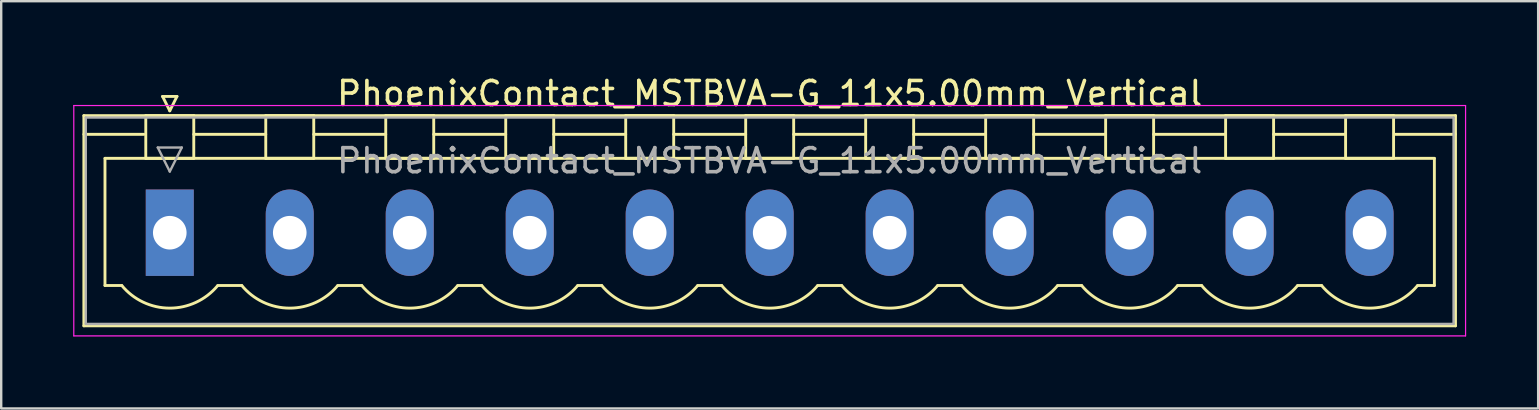
<source format=kicad_pcb>
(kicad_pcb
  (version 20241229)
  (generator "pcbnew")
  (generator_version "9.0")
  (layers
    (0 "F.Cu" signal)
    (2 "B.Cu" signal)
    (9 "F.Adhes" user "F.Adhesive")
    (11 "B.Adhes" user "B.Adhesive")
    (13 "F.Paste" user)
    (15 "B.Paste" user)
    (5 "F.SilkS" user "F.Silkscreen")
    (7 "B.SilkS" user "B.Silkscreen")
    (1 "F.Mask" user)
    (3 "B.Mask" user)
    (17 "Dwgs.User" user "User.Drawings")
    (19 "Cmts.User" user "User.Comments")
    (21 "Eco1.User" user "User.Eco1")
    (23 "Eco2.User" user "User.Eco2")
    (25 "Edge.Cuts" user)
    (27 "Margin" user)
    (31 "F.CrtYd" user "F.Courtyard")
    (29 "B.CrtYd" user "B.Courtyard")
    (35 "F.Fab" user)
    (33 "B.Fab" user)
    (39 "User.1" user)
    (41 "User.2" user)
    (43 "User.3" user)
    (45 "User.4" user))
  (footprint "PhoenixContact_MSTBVA-G_11x5.00mm_Vertical"
    (layer "F.Cu")
    (at 4.025 6.648)
    (property "Reference" "PhoenixContact_MSTBVA-G_11x5.00mm_Vertical" (at 25 -5.8 0) (layer "F.SilkS") (effects (font (size 1 1) (thickness 0.15))))
    (attr through_hole)
    (fp_line (start -3.58 -4.88) (end -3.58 3.88) (stroke (width 0.12) (type solid)) (layer "F.SilkS"))
    (fp_line (start -3.58 -4.1) (end -1.08 -4.1) (stroke (width 0.12) (type solid)) (layer "F.SilkS"))
    (fp_line (start -3.58 3.88) (end 53.58 3.88) (stroke (width 0.12) (type solid)) (layer "F.SilkS"))
    (fp_line (start -2.7 -3.1) (end 52.7 -3.1) (stroke (width 0.12) (type solid)) (layer "F.SilkS"))
    (fp_line (start -2.7 2.2) (end -2.7 -3.1) (stroke (width 0.12) (type solid)) (layer "F.SilkS"))
    (fp_line (start -2 2.2) (end -2.7 2.2) (stroke (width 0.12) (type solid)) (layer "F.SilkS"))
    (fp_line (start -1 -4.88) (end 1 -4.88) (stroke (width 0.12) (type solid)) (layer "F.SilkS"))
    (fp_line (start -1 -3.1) (end -1 -4.88) (stroke (width 0.12) (type solid)) (layer "F.SilkS"))
    (fp_line (start -0.3 -5.68) (end 0.3 -5.68) (stroke (width 0.12) (type solid)) (layer "F.SilkS"))
    (fp_line (start 0 -5.08) (end -0.3 -5.68) (stroke (width 0.12) (type solid)) (layer "F.SilkS"))
    (fp_line (start 0.3 -5.68) (end 0 -5.08) (stroke (width 0.12) (type solid)) (layer "F.SilkS"))
    (fp_line (start 1 -4.88) (end 1 -3.1) (stroke (width 0.12) (type solid)) (layer "F.SilkS"))
    (fp_line (start 1 -4.1) (end 4 -4.1) (stroke (width 0.12) (type solid)) (layer "F.SilkS"))
    (fp_line (start 1 -3.1) (end -1 -3.1) (stroke (width 0.12) (type solid)) (layer "F.SilkS"))
    (fp_line (start 2 2.2) (end 3 2.2) (stroke (width 0.12) (type solid)) (layer "F.SilkS"))
    (fp_line (start 4 -4.88) (end 6 -4.88) (stroke (width 0.12) (type solid)) (layer "F.SilkS"))
    (fp_line (start 4 -3.1) (end 4 -4.88) (stroke (width 0.12) (type solid)) (layer "F.SilkS"))
    (fp_line (start 6 -4.88) (end 6 -3.1) (stroke (width 0.12) (type solid)) (layer "F.SilkS"))
    (fp_line (start 6 -4.1) (end 9 -4.1) (stroke (width 0.12) (type solid)) (layer "F.SilkS"))
    (fp_line (start 6 -3.1) (end 4 -3.1) (stroke (width 0.12) (type solid)) (layer "F.SilkS"))
    (fp_line (start 7 2.2) (end 8 2.2) (stroke (width 0.12) (type solid)) (layer "F.SilkS"))
    (fp_line (start 9 -4.88) (end 11 -4.88) (stroke (width 0.12) (type solid)) (layer "F.SilkS"))
    (fp_line (start 9 -3.1) (end 9 -4.88) (stroke (width 0.12) (type solid)) (layer "F.SilkS"))
    (fp_line (start 11 -4.88) (end 11 -3.1) (stroke (width 0.12) (type solid)) (layer "F.SilkS"))
    (fp_line (start 11 -4.1) (end 14 -4.1) (stroke (width 0.12) (type solid)) (layer "F.SilkS"))
    (fp_line (start 11 -3.1) (end 9 -3.1) (stroke (width 0.12) (type solid)) (layer "F.SilkS"))
    (fp_line (start 12 2.2) (end 13 2.2) (stroke (width 0.12) (type solid)) (layer "F.SilkS"))
    (fp_line (start 14 -4.88) (end 16 -4.88) (stroke (width 0.12) (type solid)) (layer "F.SilkS"))
    (fp_line (start 14 -3.1) (end 14 -4.88) (stroke (width 0.12) (type solid)) (layer "F.SilkS"))
    (fp_line (start 16 -4.88) (end 16 -3.1) (stroke (width 0.12) (type solid)) (layer "F.SilkS"))
    (fp_line (start 16 -4.1) (end 19 -4.1) (stroke (width 0.12) (type solid)) (layer "F.SilkS"))
    (fp_line (start 16 -3.1) (end 14 -3.1) (stroke (width 0.12) (type solid)) (layer "F.SilkS"))
    (fp_line (start 17 2.2) (end 18 2.2) (stroke (width 0.12) (type solid)) (layer "F.SilkS"))
    (fp_line (start 19 -4.88) (end 21 -4.88) (stroke (width 0.12) (type solid)) (layer "F.SilkS"))
    (fp_line (start 19 -3.1) (end 19 -4.88) (stroke (width 0.12) (type solid)) (layer "F.SilkS"))
    (fp_line (start 21 -4.88) (end 21 -3.1) (stroke (width 0.12) (type solid)) (layer "F.SilkS"))
    (fp_line (start 21 -4.1) (end 24 -4.1) (stroke (width 0.12) (type solid)) (layer "F.SilkS"))
    (fp_line (start 21 -3.1) (end 19 -3.1) (stroke (width 0.12) (type solid)) (layer "F.SilkS"))
    (fp_line (start 22 2.2) (end 23 2.2) (stroke (width 0.12) (type solid)) (layer "F.SilkS"))
    (fp_line (start 24 -4.88) (end 26 -4.88) (stroke (width 0.12) (type solid)) (layer "F.SilkS"))
    (fp_line (start 24 -3.1) (end 24 -4.88) (stroke (width 0.12) (type solid)) (layer "F.SilkS"))
    (fp_line (start 26 -4.88) (end 26 -3.1) (stroke (width 0.12) (type solid)) (layer "F.SilkS"))
    (fp_line (start 26 -4.1) (end 29 -4.1) (stroke (width 0.12) (type solid)) (layer "F.SilkS"))
    (fp_line (start 26 -3.1) (end 24 -3.1) (stroke (width 0.12) (type solid)) (layer "F.SilkS"))
    (fp_line (start 27 2.2) (end 28 2.2) (stroke (width 0.12) (type solid)) (layer "F.SilkS"))
    (fp_line (start 29 -4.88) (end 31 -4.88) (stroke (width 0.12) (type solid)) (layer "F.SilkS"))
    (fp_line (start 29 -3.1) (end 29 -4.88) (stroke (width 0.12) (type solid)) (layer "F.SilkS"))
    (fp_line (start 31 -4.88) (end 31 -3.1) (stroke (width 0.12) (type solid)) (layer "F.SilkS"))
    (fp_line (start 31 -4.1) (end 34 -4.1) (stroke (width 0.12) (type solid)) (layer "F.SilkS"))
    (fp_line (start 31 -3.1) (end 29 -3.1) (stroke (width 0.12) (type solid)) (layer "F.SilkS"))
    (fp_line (start 32 2.2) (end 33 2.2) (stroke (width 0.12) (type solid)) (layer "F.SilkS"))
    (fp_line (start 34 -4.88) (end 36 -4.88) (stroke (width 0.12) (type solid)) (layer "F.SilkS"))
    (fp_line (start 34 -3.1) (end 34 -4.88) (stroke (width 0.12) (type solid)) (layer "F.SilkS"))
    (fp_line (start 36 -4.88) (end 36 -3.1) (stroke (width 0.12) (type solid)) (layer "F.SilkS"))
    (fp_line (start 36 -4.1) (end 39 -4.1) (stroke (width 0.12) (type solid)) (layer "F.SilkS"))
    (fp_line (start 36 -3.1) (end 34 -3.1) (stroke (width 0.12) (type solid)) (layer "F.SilkS"))
    (fp_line (start 37 2.2) (end 38 2.2) (stroke (width 0.12) (type solid)) (layer "F.SilkS"))
    (fp_line (start 39 -4.88) (end 41 -4.88) (stroke (width 0.12) (type solid)) (layer "F.SilkS"))
    (fp_line (start 39 -3.1) (end 39 -4.88) (stroke (width 0.12) (type solid)) (layer "F.SilkS"))
    (fp_line (start 41 -4.88) (end 41 -3.1) (stroke (width 0.12) (type solid)) (layer "F.SilkS"))
    (fp_line (start 41 -4.1) (end 44 -4.1) (stroke (width 0.12) (type solid)) (layer "F.SilkS"))
    (fp_line (start 41 -3.1) (end 39 -3.1) (stroke (width 0.12) (type solid)) (layer "F.SilkS"))
    (fp_line (start 42 2.2) (end 43 2.2) (stroke (width 0.12) (type solid)) (layer "F.SilkS"))
    (fp_line (start 44 -4.88) (end 46 -4.88) (stroke (width 0.12) (type solid)) (layer "F.SilkS"))
    (fp_line (start 44 -3.1) (end 44 -4.88) (stroke (width 0.12) (type solid)) (layer "F.SilkS"))
    (fp_line (start 46 -4.88) (end 46 -3.1) (stroke (width 0.12) (type solid)) (layer "F.SilkS"))
    (fp_line (start 46 -4.1) (end 49 -4.1) (stroke (width 0.12) (type solid)) (layer "F.SilkS"))
    (fp_line (start 46 -3.1) (end 44 -3.1) (stroke (width 0.12) (type solid)) (layer "F.SilkS"))
    (fp_line (start 47 2.2) (end 48 2.2) (stroke (width 0.12) (type solid)) (layer "F.SilkS"))
    (fp_line (start 49 -4.88) (end 51 -4.88) (stroke (width 0.12) (type solid)) (layer "F.SilkS"))
    (fp_line (start 49 -3.1) (end 49 -4.88) (stroke (width 0.12) (type solid)) (layer "F.SilkS"))
    (fp_line (start 51 -4.88) (end 51 -3.1) (stroke (width 0.12) (type solid)) (layer "F.SilkS"))
    (fp_line (start 51 -3.1) (end 49 -3.1) (stroke (width 0.12) (type solid)) (layer "F.SilkS"))
    (fp_line (start 52.7 -3.1) (end 52.7 2.2) (stroke (width 0.12) (type solid)) (layer "F.SilkS"))
    (fp_line (start 52.7 2.2) (end 52 2.2) (stroke (width 0.12) (type solid)) (layer "F.SilkS"))
    (fp_line (start 53.58 -4.88) (end -3.58 -4.88) (stroke (width 0.12) (type solid)) (layer "F.SilkS"))
    (fp_line (start 53.58 -4.1) (end 51.08 -4.1) (stroke (width 0.12) (type solid)) (layer "F.SilkS"))
    (fp_line (start 53.58 3.88) (end 53.58 -4.88) (stroke (width 0.12) (type solid)) (layer "F.SilkS"))
    (fp_arc (start 1.986842 2.215821) (mid -0.010289 3.142758) (end -2 2.2) (stroke (width 0.12) (type solid)) (layer "F.SilkS"))
    (fp_arc (start 6.986842 2.215821) (mid 4.989711 3.142758) (end 3 2.2) (stroke (width 0.12) (type solid)) (layer "F.SilkS"))
    (fp_arc (start 11.986842 2.215821) (mid 9.989711 3.142758) (end 8 2.2) (stroke (width 0.12) (type solid)) (layer "F.SilkS"))
    (fp_arc (start 16.986842 2.215821) (mid 14.989711 3.142758) (end 13 2.2) (stroke (width 0.12) (type solid)) (layer "F.SilkS"))
    (fp_arc (start 21.986842 2.215821) (mid 19.989711 3.142758) (end 18 2.2) (stroke (width 0.12) (type solid)) (layer "F.SilkS"))
    (fp_arc (start 26.986842 2.215821) (mid 24.989711 3.142758) (end 23 2.2) (stroke (width 0.12) (type solid)) (layer "F.SilkS"))
    (fp_arc (start 31.986842 2.215821) (mid 29.989711 3.142758) (end 28 2.2) (stroke (width 0.12) (type solid)) (layer "F.SilkS"))
    (fp_arc (start 36.986842 2.215821) (mid 34.989711 3.142758) (end 33 2.2) (stroke (width 0.12) (type solid)) (layer "F.SilkS"))
    (fp_arc (start 41.986842 2.215821) (mid 39.989711 3.142758) (end 38 2.2) (stroke (width 0.12) (type solid)) (layer "F.SilkS"))
    (fp_arc (start 46.986842 2.215821) (mid 44.989711 3.142758) (end 43 2.2) (stroke (width 0.12) (type solid)) (layer "F.SilkS"))
    (fp_arc (start 51.986842 2.215821) (mid 49.989711 3.142758) (end 48 2.2) (stroke (width 0.12) (type solid)) (layer "F.SilkS"))
    (fp_line (start -4 -5.3) (end -4 4.3) (stroke (width 0.05) (type solid)) (layer "F.CrtYd"))
    (fp_line (start -4 4.3) (end 54 4.3) (stroke (width 0.05) (type solid)) (layer "F.CrtYd"))
    (fp_line (start 54 -5.3) (end -4 -5.3) (stroke (width 0.05) (type solid)) (layer "F.CrtYd"))
    (fp_line (start 54 4.3) (end 54 -5.3) (stroke (width 0.05) (type solid)) (layer "F.CrtYd"))
    (fp_line (start -3.5 -4.8) (end -3.5 3.8) (stroke (width 0.1) (type solid)) (layer "F.Fab"))
    (fp_line (start -3.5 3.8) (end 53.5 3.8) (stroke (width 0.1) (type solid)) (layer "F.Fab"))
    (fp_line (start -0.5 -3.55) (end 0.5 -3.55) (stroke (width 0.1) (type solid)) (layer "F.Fab"))
    (fp_line (start 0 -2.55) (end -0.5 -3.55) (stroke (width 0.1) (type solid)) (layer "F.Fab"))
    (fp_line (start 0.5 -3.55) (end 0 -2.55) (stroke (width 0.1) (type solid)) (layer "F.Fab"))
    (fp_line (start 53.5 -4.8) (end -3.5 -4.8) (stroke (width 0.1) (type solid)) (layer "F.Fab"))
    (fp_line (start 53.5 3.8) (end 53.5 -4.8) (stroke (width 0.1) (type solid)) (layer "F.Fab"))
    (fp_text user "${REFERENCE}" (at 25 -3 0) (layer "F.Fab") (effects (font (size 1 1) (thickness 0.15))))
    (pad "1" thru_hole rect (at 0 0) (size 2 3.6) (drill 1.4) (layers "*.Cu" "*.Mask"))
    (pad "2" thru_hole oval (at 5 0) (size 2 3.6) (drill 1.4) (layers "*.Cu" "*.Mask"))
    (pad "3" thru_hole oval (at 10 0) (size 2 3.6) (drill 1.4) (layers "*.Cu" "*.Mask"))
    (pad "4" thru_hole oval (at 15 0) (size 2 3.6) (drill 1.4) (layers "*.Cu" "*.Mask"))
    (pad "5" thru_hole oval (at 20 0) (size 2 3.6) (drill 1.4) (layers "*.Cu" "*.Mask"))
    (pad "6" thru_hole oval (at 25 0) (size 2 3.6) (drill 1.4) (layers "*.Cu" "*.Mask"))
    (pad "7" thru_hole oval (at 30 0) (size 2 3.6) (drill 1.4) (layers "*.Cu" "*.Mask"))
    (pad "8" thru_hole oval (at 35 0) (size 2 3.6) (drill 1.4) (layers "*.Cu" "*.Mask"))
    (pad "9" thru_hole oval (at 40 0) (size 2 3.6) (drill 1.4) (layers "*.Cu" "*.Mask"))
    (pad "10" thru_hole oval (at 45 0) (size 2 3.6) (drill 1.4) (layers "*.Cu" "*.Mask"))
    (pad "11" thru_hole oval (at 50 0) (size 2 3.6) (drill 1.4) (layers "*.Cu" "*.Mask")))
  (gr_rect
    (start -3 -3)
    (end 61.05 13.973)
    (stroke (width 0.1) (type default))
    (fill no)
    (layer "Edge.Cuts")))
</source>
